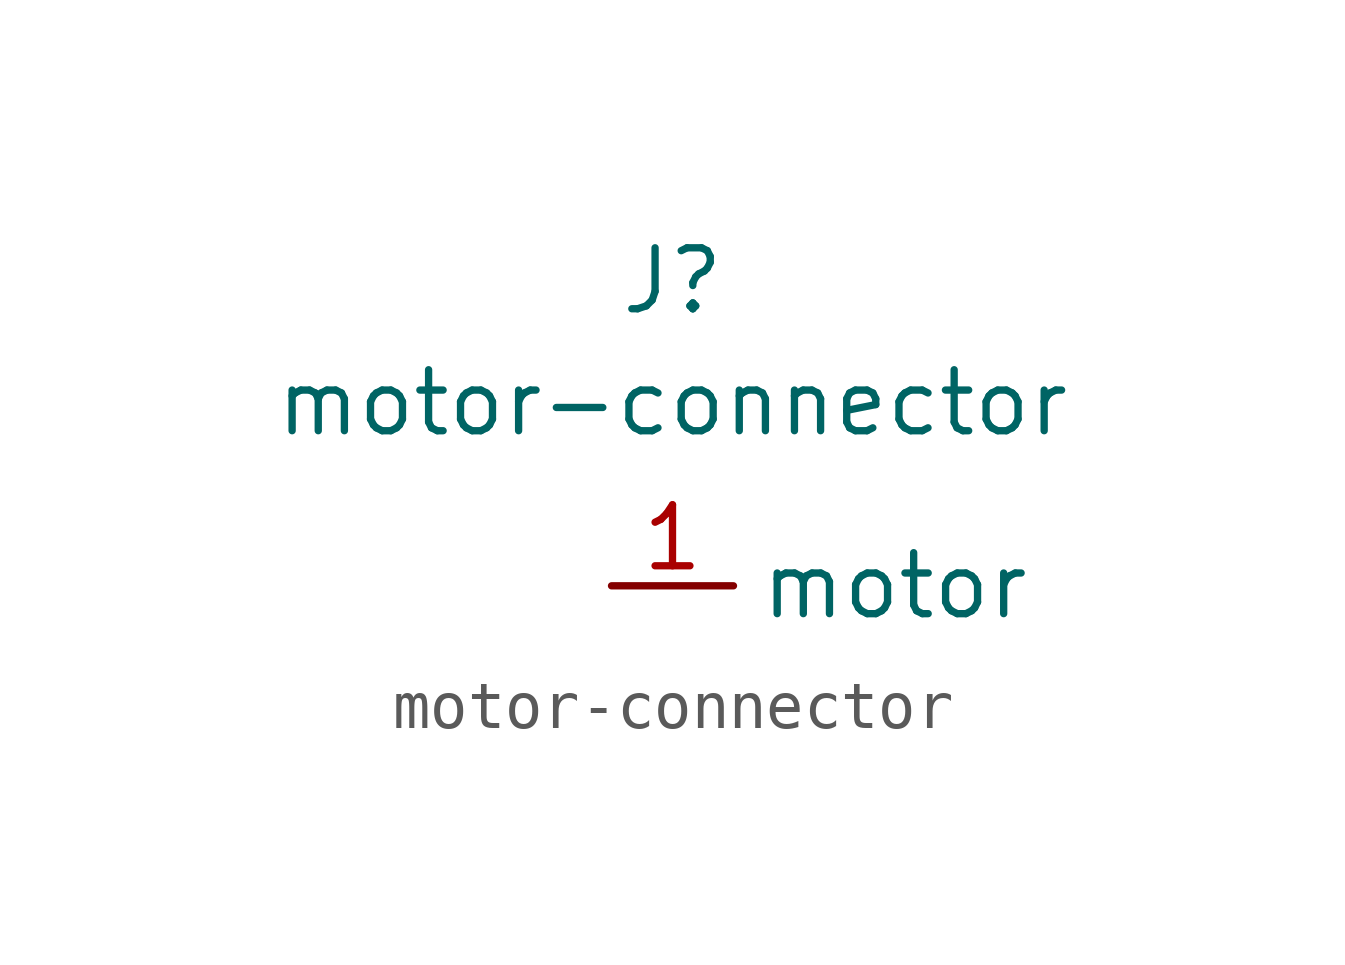
<source format=kicad_sym>
(kicad_symbol_lib
  (version 20201005)
  (generator kicad_symbol_editor)
  (symbol "motor-mount:motor-connector"
    (property "Reference" "J"
      (at 0 6.35 0)
      (effects (font (size 1.27 1.27))))
    (property "Value" "motor-connector"
      (at 0 3.81 0)
      (effects (font (size 1.27 1.27))))
    (symbol "motor-connector_1_1"
      (pin bidirectional line (at -1.27 0 0) (length 2.54) (name "motor" (effects (font (size 1.27 1.27)))) (number "1" (effects (font (size 1.27 1.27))))))))
</source>
